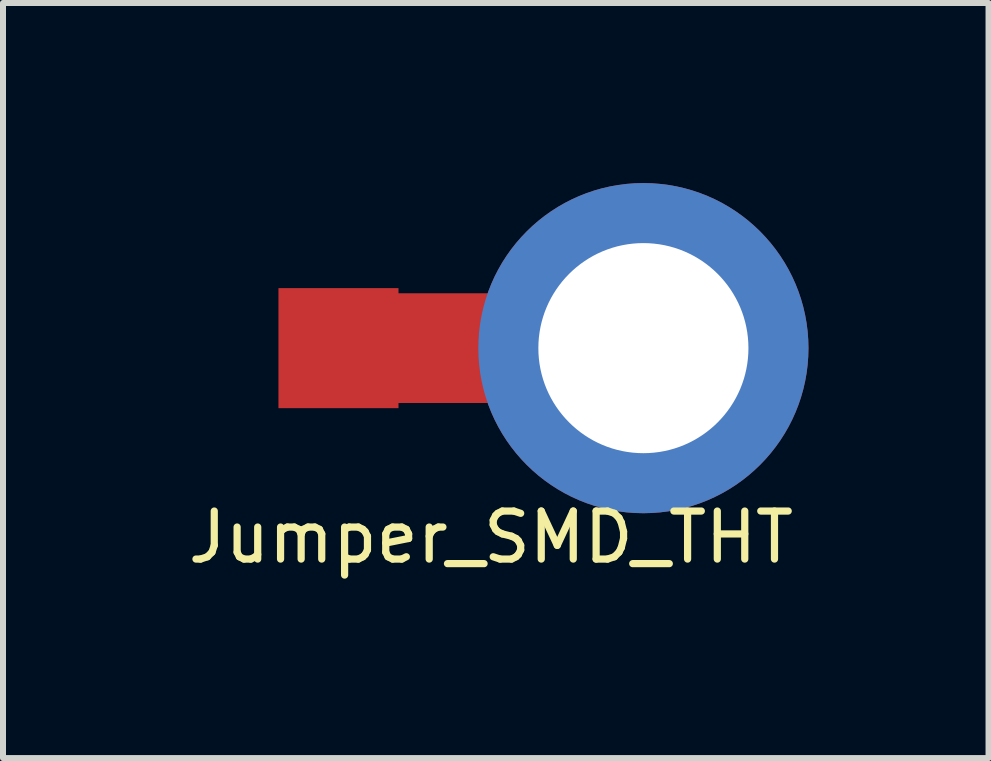
<source format=kicad_pcb>
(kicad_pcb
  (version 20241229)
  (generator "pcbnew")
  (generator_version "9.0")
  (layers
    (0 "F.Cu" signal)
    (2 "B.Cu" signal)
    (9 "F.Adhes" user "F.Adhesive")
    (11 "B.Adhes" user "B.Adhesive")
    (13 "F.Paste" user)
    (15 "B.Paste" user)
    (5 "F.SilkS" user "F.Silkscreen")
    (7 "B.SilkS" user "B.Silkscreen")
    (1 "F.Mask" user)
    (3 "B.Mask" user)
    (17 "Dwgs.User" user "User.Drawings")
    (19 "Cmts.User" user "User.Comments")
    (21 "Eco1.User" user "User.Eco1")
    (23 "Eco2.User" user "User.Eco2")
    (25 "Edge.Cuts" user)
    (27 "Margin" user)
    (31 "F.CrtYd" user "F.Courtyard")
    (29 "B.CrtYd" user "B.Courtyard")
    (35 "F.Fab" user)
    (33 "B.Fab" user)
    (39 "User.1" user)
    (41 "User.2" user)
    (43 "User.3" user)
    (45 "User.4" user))
  (footprint "Jumper_SMD_THT"
    (layer "F.Cu")
    (at 2.589 2.75)
    (property "Reference" "Jumper_SMD_THT" (at 2.54 3.15 0) (layer "F.SilkS") (effects (font (size 0.8 0.8) (thickness 0.12))))
    (attr through_hole)
    (fp_line (start 0.762 -0.762) (end 3.5 -0.762) (stroke (width 0.305) (type solid)) (layer "F.Cu"))
    (fp_line (start 0.762 -0.254) (end 3.5 -0.254) (stroke (width 0.305) (type solid)) (layer "F.Cu"))
    (fp_line (start 0.762 0.254) (end 3.5 0.254) (stroke (width 0.305) (type solid)) (layer "F.Cu"))
    (fp_line (start 0.762 0.762) (end 3.5 0.762) (stroke (width 0.305) (type solid)) (layer "F.Cu"))
    (fp_line (start 3.5 -0.508) (end 0.762 -0.508) (stroke (width 0.305) (type solid)) (layer "F.Cu"))
    (fp_line (start 3.5 0) (end 0.762 0) (stroke (width 0.305) (type solid)) (layer "F.Cu"))
    (fp_line (start 3.5 0.508) (end 0.762 0.508) (stroke (width 0.305) (type solid)) (layer "F.Cu"))
    (pad "1" smd rect (at 0 0) (size 2 2) (layers "F.Cu" "F.Mask" "F.Paste"))
    (pad "2" thru_hole circle (at 5.08 0) (size 5.5 5.5) (drill 3.5) (layers "*.Cu" "*.Mask")))
  (gr_rect
    (start -3 -3)
    (end 13.419 9.579)
    (stroke (width 0.1) (type default))
    (fill no)
    (layer "Edge.Cuts")))
</source>
